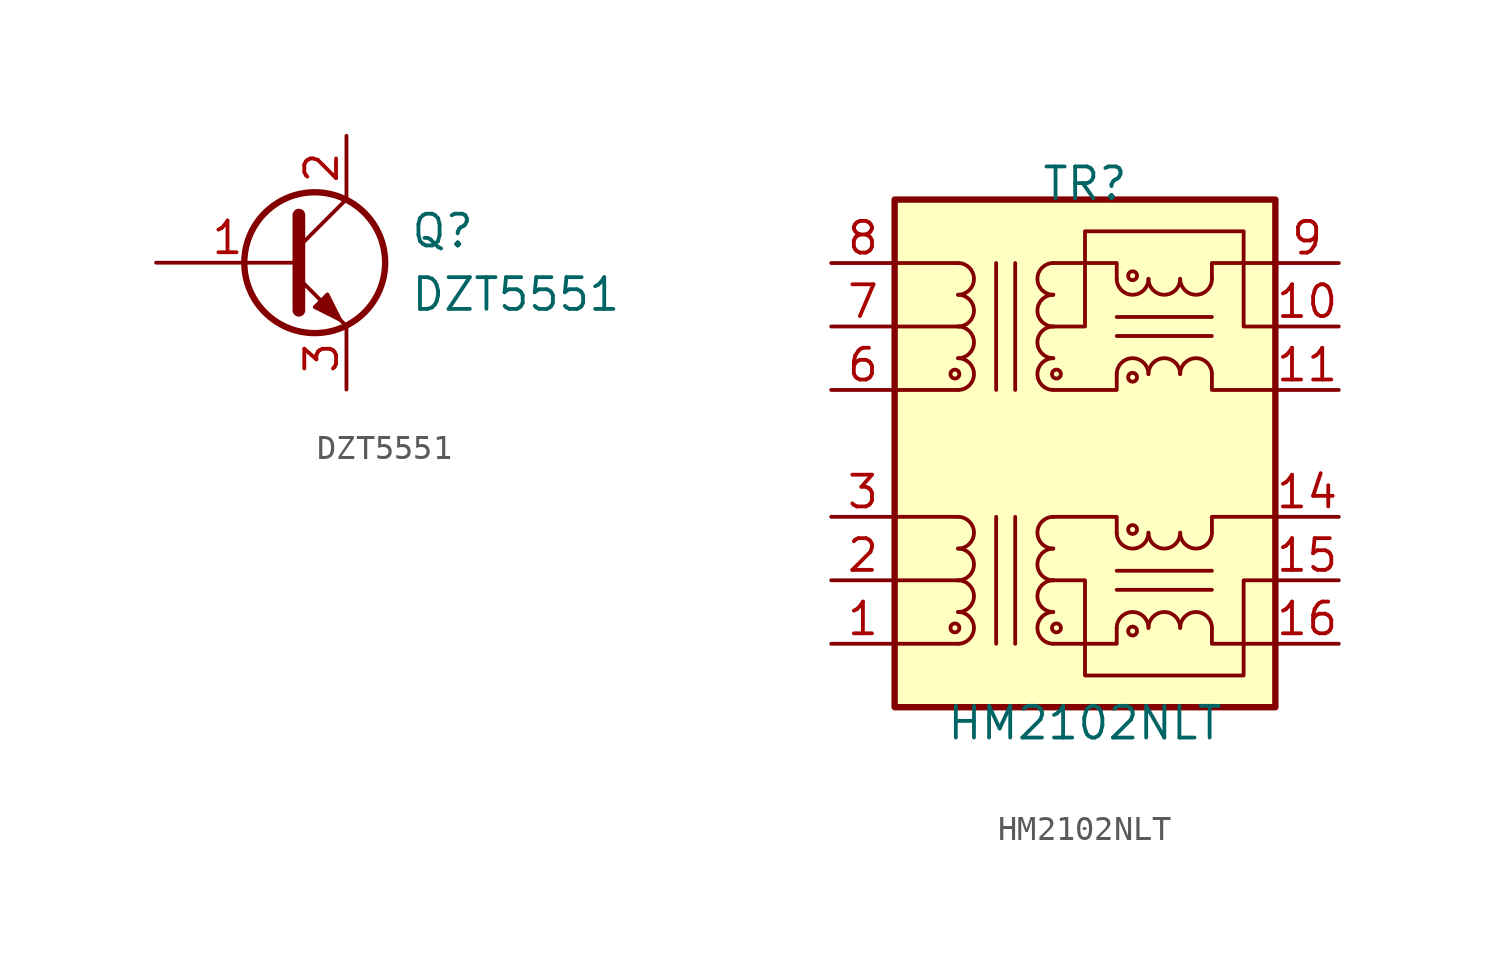
<source format=kicad_sym>
(kicad_symbol_lib
  (version 20220914)
  (generator kicad_symbol_editor)
  (symbol "DZT5551"
    (pin_names
      (offset 0) hide)
    (property "Reference" "Q"
      (at 5.08 1.27 0)
      (effects (font (size 1.27 1.27)) (justify left)))
    (property "Value" "DZT5551"
      (at 5.08 -1.27 0)
      (effects (font (size 1.27 1.27)) (justify left)))
    (symbol "DZT5551_0_1"
      (polyline (pts (xy 0.635 0.635) (xy 2.54 2.54)) (stroke (width 0) (type default)) (fill (type none)))
      (polyline (pts (xy 0.635 -0.635) (xy 2.54 -2.54) (xy 2.54 -2.54)) (stroke (width 0) (type default)) (fill (type none)))
      (polyline (pts (xy 0.635 1.905) (xy 0.635 -1.905) (xy 0.635 -1.905)) (stroke (width 0.508) (type default)) (fill (type none)))
      (polyline (pts (xy 1.27 -1.778) (xy 1.778 -1.27) (xy 2.286 -2.286) (xy 1.27 -1.778) (xy 1.27 -1.778)) (stroke (width 0) (type default)) (fill (type outline)))
      (circle (center 1.27 0) (radius 2.819) (stroke (width 0.254) (type default)) (fill (type none))))
    (symbol "DZT5551_1_1"
      (pin input line (at -5.08 0 0) (length 5.715) (name "B" (effects (font (size 1.27 1.27)))) (number "1" (effects (font (size 1.27 1.27)))))
      (pin passive line (at 2.54 5.08 270) (length 2.54) (name "C" (effects (font (size 1.27 1.27)))) (number "2" (effects (font (size 1.27 1.27)))))
      (pin passive line (at 2.54 -5.08 90) (length 2.54) (name "E" (effects (font (size 1.27 1.27)))) (number "3" (effects (font (size 1.27 1.27)))))))
  (symbol "HM2102NLT"
    (pin_names hide)
    (property "Reference" "TR"
      (at 0 10.795 0)
      (effects (font (size 1.27 1.27))))
    (property "Value" "HM2102NLT"
      (at 0 -10.795 0)
      (effects (font (size 1.27 1.27))))
    (symbol "HM2102NLT_0_1"
      (rectangle (start -7.62 10.16) (end 7.62 -10.16) (stroke (width 0.254) (type default)) (fill (type background)))
      (circle (center -5.207 3.175) (radius 0.178) (stroke (width 0) (type default)) (fill (type none)))
      (arc (start -5.08 6.35) (mid -4.4477 6.985) (end -5.08 7.62) (stroke (width 0) (type default)) (fill (type none)))
      (polyline (pts (xy -5.08 2.54) (xy -7.62 2.54)) (stroke (width 0) (type default)) (fill (type none)))
      (polyline (pts (xy -5.08 5.08) (xy -7.62 5.08)) (stroke (width 0) (type default)) (fill (type none)))
      (polyline (pts (xy -5.08 7.62) (xy -7.62 7.62)) (stroke (width 0) (type default)) (fill (type none)))
      (polyline (pts (xy -3.556 -2.54) (xy -3.556 -7.62)) (stroke (width 0) (type default)) (fill (type none)))
      (polyline (pts (xy -3.556 2.54) (xy -3.556 7.62)) (stroke (width 0) (type default)) (fill (type none)))
      (polyline (pts (xy -2.794 -7.62) (xy -2.794 -2.54)) (stroke (width 0) (type default)) (fill (type none)))
      (polyline (pts (xy -2.794 7.62) (xy -2.794 2.54)) (stroke (width 0) (type default)) (fill (type none)))
      (polyline (pts (xy 1.27 4.699) (xy 5.08 4.699)) (stroke (width 0) (type default)) (fill (type none)))
      (polyline (pts (xy 1.27 5.461) (xy 5.08 5.461)) (stroke (width 0) (type default)) (fill (type none)))
      (polyline (pts (xy -1.27 2.54) (xy 1.27 2.54) (xy 1.27 3.175)) (stroke (width 0) (type default)) (fill (type none)))
      (polyline (pts (xy 1.27 6.985) (xy 1.27 7.62) (xy -1.27 7.62)) (stroke (width 0) (type default)) (fill (type none)))
      (polyline (pts (xy 5.08 3.175) (xy 5.08 2.54) (xy 7.62 2.54)) (stroke (width 0) (type default)) (fill (type none)))
      (polyline (pts (xy 5.08 6.985) (xy 5.08 7.62) (xy 7.62 7.62)) (stroke (width 0) (type default)) (fill (type none)))
      (polyline (pts (xy -1.27 5.08) (xy 0 5.08) (xy 0 8.89) (xy 6.35 8.89) (xy 6.35 5.08) (xy 7.62 5.08)) (stroke (width 0) (type default)) (fill (type none))))
    (symbol "HM2102NLT_1_1"
      (circle (center -5.207 -6.985) (radius 0.178) (stroke (width 0) (type default)) (fill (type none)))
      (arc (start -5.08 -7.62) (mid -4.4477 -6.985) (end -5.08 -6.35) (stroke (width 0) (type default)) (fill (type none)))
      (arc (start -5.08 -6.35) (mid -4.4477 -5.715) (end -5.08 -5.08) (stroke (width 0) (type default)) (fill (type none)))
      (arc (start -5.08 -5.08) (mid -4.4477 -4.445) (end -5.08 -3.81) (stroke (width 0) (type default)) (fill (type none)))
      (arc (start -5.08 -3.81) (mid -4.4477 -3.175) (end -5.08 -2.54) (stroke (width 0) (type default)) (fill (type none)))
      (arc (start -5.08 2.54) (mid -4.4477 3.175) (end -5.08 3.81) (stroke (width 0) (type default)) (fill (type none)))
      (arc (start -5.08 3.81) (mid -4.4477 4.445) (end -5.08 5.08) (stroke (width 0) (type default)) (fill (type none)))
      (arc (start -5.08 5.08) (mid -4.4477 5.715) (end -5.08 6.35) (stroke (width 0) (type default)) (fill (type none)))
      (arc (start -1.27 -6.35) (mid -1.9023 -6.985) (end -1.27 -7.62) (stroke (width 0) (type default)) (fill (type none)))
      (arc (start -1.27 -5.08) (mid -1.9023 -5.715) (end -1.27 -6.35) (stroke (width 0) (type default)) (fill (type none)))
      (arc (start -1.27 -3.81) (mid -1.9023 -4.445) (end -1.27 -5.08) (stroke (width 0) (type default)) (fill (type none)))
      (arc (start -1.27 -2.54) (mid -1.9023 -3.175) (end -1.27 -3.81) (stroke (width 0) (type default)) (fill (type none)))
      (arc (start -1.27 3.81) (mid -1.9023 3.175) (end -1.27 2.54) (stroke (width 0) (type default)) (fill (type none)))
      (arc (start -1.27 5.08) (mid -1.9023 4.445) (end -1.27 3.81) (stroke (width 0) (type default)) (fill (type none)))
      (arc (start -1.27 6.35) (mid -1.9023 5.715) (end -1.27 5.08) (stroke (width 0) (type default)) (fill (type none)))
      (arc (start -1.27 7.62) (mid -1.9023 6.985) (end -1.27 6.35) (stroke (width 0) (type default)) (fill (type none)))
      (circle (center -1.143 -6.985) (radius 0.178) (stroke (width 0) (type default)) (fill (type none)))
      (circle (center -1.143 3.175) (radius 0.178) (stroke (width 0) (type default)) (fill (type none)))
      (polyline (pts (xy -5.08 -7.62) (xy -7.62 -7.62)) (stroke (width 0) (type default)) (fill (type none)))
      (polyline (pts (xy -5.08 -5.08) (xy -7.62 -5.08)) (stroke (width 0) (type default)) (fill (type none)))
      (polyline (pts (xy -5.08 -2.54) (xy -7.62 -2.54)) (stroke (width 0) (type default)) (fill (type none)))
      (polyline (pts (xy 1.27 -5.461) (xy 5.08 -5.461)) (stroke (width 0) (type default)) (fill (type none)))
      (polyline (pts (xy 1.27 -4.699) (xy 5.08 -4.699)) (stroke (width 0) (type default)) (fill (type none)))
      (polyline (pts (xy -1.27 -7.62) (xy 1.27 -7.62) (xy 1.27 -6.985)) (stroke (width 0) (type default)) (fill (type none)))
      (polyline (pts (xy 1.27 -3.175) (xy 1.27 -2.54) (xy -1.27 -2.54)) (stroke (width 0) (type default)) (fill (type none)))
      (polyline (pts (xy 5.08 -6.985) (xy 5.08 -7.62) (xy 7.62 -7.62)) (stroke (width 0) (type default)) (fill (type none)))
      (polyline (pts (xy 5.08 -3.175) (xy 5.08 -2.54) (xy 7.62 -2.54)) (stroke (width 0) (type default)) (fill (type none)))
      (polyline (pts (xy 7.62 -5.08) (xy 6.35 -5.08) (xy 6.35 -8.89) (xy 0 -8.89) (xy 0 -5.08) (xy -1.27 -5.08)) (stroke (width 0) (type default)) (fill (type none)))
      (arc (start 1.27 -3.175) (mid 1.905 -3.8073) (end 2.54 -3.175) (stroke (width 0) (type default)) (fill (type none)))
      (arc (start 1.27 6.985) (mid 1.905 6.3527) (end 2.54 6.985) (stroke (width 0) (type default)) (fill (type none)))
      (circle (center 1.905 -7.112) (radius 0.178) (stroke (width 0) (type default)) (fill (type none)))
      (circle (center 1.905 -3.048) (radius 0.178) (stroke (width 0) (type default)) (fill (type none)))
      (circle (center 1.905 3.048) (radius 0.178) (stroke (width 0) (type default)) (fill (type none)))
      (circle (center 1.905 7.112) (radius 0.178) (stroke (width 0) (type default)) (fill (type none)))
      (arc (start 2.54 -6.985) (mid 1.905 -6.3527) (end 1.27 -6.985) (stroke (width 0) (type default)) (fill (type none)))
      (arc (start 2.54 -3.175) (mid 3.175 -3.8073) (end 3.81 -3.175) (stroke (width 0) (type default)) (fill (type none)))
      (arc (start 2.54 3.175) (mid 1.905 3.8073) (end 1.27 3.175) (stroke (width 0) (type default)) (fill (type none)))
      (arc (start 2.54 6.985) (mid 3.175 6.3527) (end 3.81 6.985) (stroke (width 0) (type default)) (fill (type none)))
      (arc (start 3.81 -6.985) (mid 3.175 -6.3527) (end 2.54 -6.985) (stroke (width 0) (type default)) (fill (type none)))
      (arc (start 3.81 -3.175) (mid 4.445 -3.8073) (end 5.08 -3.175) (stroke (width 0) (type default)) (fill (type none)))
      (arc (start 3.81 3.175) (mid 3.175 3.8073) (end 2.54 3.175) (stroke (width 0) (type default)) (fill (type none)))
      (arc (start 3.81 6.985) (mid 4.445 6.3527) (end 5.08 6.985) (stroke (width 0) (type default)) (fill (type none)))
      (arc (start 5.08 -6.985) (mid 4.445 -6.3527) (end 3.81 -6.985) (stroke (width 0) (type default)) (fill (type none)))
      (arc (start 5.08 3.175) (mid 4.445 3.8073) (end 3.81 3.175) (stroke (width 0) (type default)) (fill (type none)))
      (pin passive line (at -10.16 -7.62 0) (length 2.54) (name "TD+" (effects (font (size 1.27 1.27)))) (number "1" (effects (font (size 1.27 1.27)))))
      (pin passive line (at 10.16 5.08 180) (length 2.54) (name "C_RX" (effects (font (size 1.27 1.27)))) (number "10" (effects (font (size 1.27 1.27)))))
      (pin passive line (at 10.16 2.54 180) (length 2.54) (name "RX+" (effects (font (size 1.27 1.27)))) (number "11" (effects (font (size 1.27 1.27)))))
      (pin passive line (at 10.16 -2.54 180) (length 2.54) (name "TX-" (effects (font (size 1.27 1.27)))) (number "14" (effects (font (size 1.27 1.27)))))
      (pin passive line (at 10.16 -5.08 180) (length 2.54) (name "C_TX" (effects (font (size 1.27 1.27)))) (number "15" (effects (font (size 1.27 1.27)))))
      (pin passive line (at 10.16 -7.62 180) (length 2.54) (name "TX+" (effects (font (size 1.27 1.27)))) (number "16" (effects (font (size 1.27 1.27)))))
      (pin passive line (at -10.16 -5.08 0) (length 2.54) (name "C_TD" (effects (font (size 1.27 1.27)))) (number "2" (effects (font (size 1.27 1.27)))))
      (pin passive line (at -10.16 -2.54 0) (length 2.54) (name "TD-" (effects (font (size 1.27 1.27)))) (number "3" (effects (font (size 1.27 1.27)))))
      (pin passive line (at -10.16 2.54 0) (length 2.54) (name "RD+" (effects (font (size 1.27 1.27)))) (number "6" (effects (font (size 1.27 1.27)))))
      (pin passive line (at -10.16 5.08 0) (length 2.54) (name "C_RD" (effects (font (size 1.27 1.27)))) (number "7" (effects (font (size 1.27 1.27)))))
      (pin passive line (at -10.16 7.62 0) (length 2.54) (name "RD-" (effects (font (size 1.27 1.27)))) (number "8" (effects (font (size 1.27 1.27)))))
      (pin passive line (at 10.16 7.62 180) (length 2.54) (name "RX-" (effects (font (size 1.27 1.27)))) (number "9" (effects (font (size 1.27 1.27))))))))
</source>
